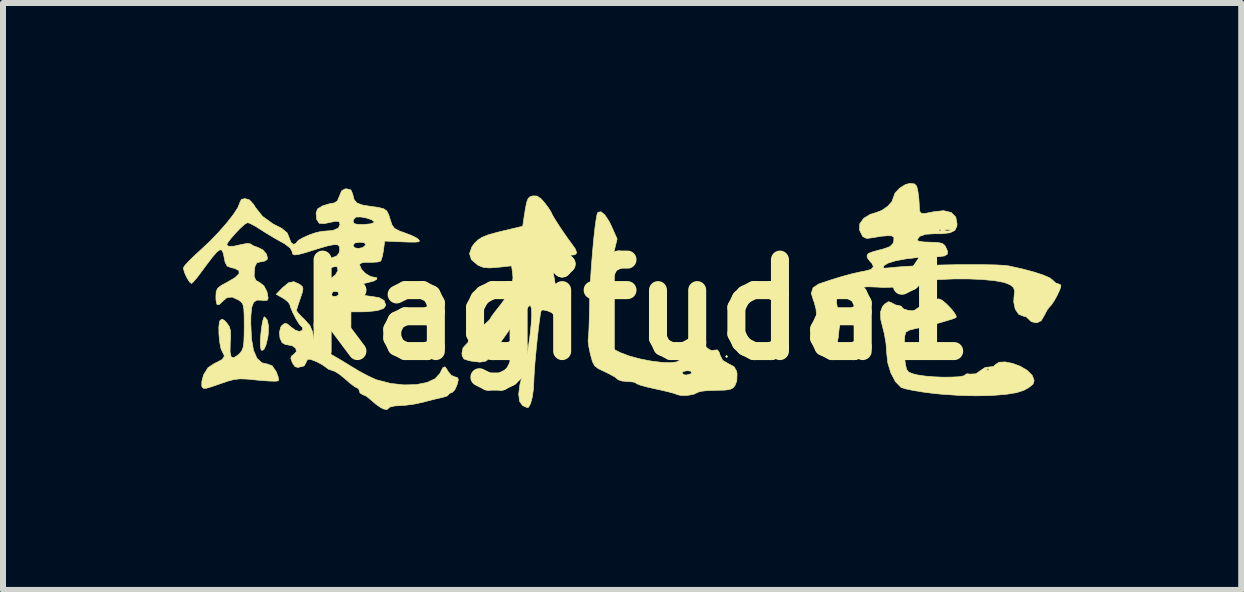
<source format=kicad_pcb>
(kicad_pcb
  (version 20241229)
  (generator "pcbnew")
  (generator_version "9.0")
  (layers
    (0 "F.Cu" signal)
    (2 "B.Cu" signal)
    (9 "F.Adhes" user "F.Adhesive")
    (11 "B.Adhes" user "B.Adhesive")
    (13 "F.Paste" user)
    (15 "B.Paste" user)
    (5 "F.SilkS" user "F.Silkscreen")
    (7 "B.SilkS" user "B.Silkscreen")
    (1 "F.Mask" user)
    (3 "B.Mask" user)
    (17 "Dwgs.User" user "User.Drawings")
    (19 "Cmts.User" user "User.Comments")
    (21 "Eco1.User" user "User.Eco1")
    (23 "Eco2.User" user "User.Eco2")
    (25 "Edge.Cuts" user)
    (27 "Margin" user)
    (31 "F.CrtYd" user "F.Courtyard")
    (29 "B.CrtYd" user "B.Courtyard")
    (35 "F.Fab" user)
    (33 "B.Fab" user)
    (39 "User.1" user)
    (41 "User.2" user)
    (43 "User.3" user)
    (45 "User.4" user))
  (footprint "kagifuda1"
    (layer "F.Cu")
    (at 7.55 2.11)
    (property "Reference" "kagifuda1" (at 0 0 0) (layer "F.SilkS") (effects (font (size 1.524 1.524) (thickness 0.3))))
    (attr through_hole)
    (fp_poly (pts (xy 1.524 0.78) (xy 1.506 0.798) (xy 1.488 0.78) (xy 1.506 0.762) (xy 1.524 0.78)) (stroke (width 0.01) (type solid)) (fill yes) (layer "F.SilkS"))
    (fp_poly (pts (xy -6.148 0.17) (xy -6.126 0.272) (xy -6.131 0.411) (xy -6.14 0.47) (xy -6.17 0.593) (xy -6.205 0.666) (xy -6.239 0.679) (xy -6.251 0.665) (xy -6.262 0.611) (xy -6.262 0.514) (xy -6.253 0.397) (xy -6.239 0.279) (xy -6.221 0.182) (xy -6.202 0.125) (xy -6.192 0.119) (xy -6.148 0.17)) (stroke (width 0.01) (type solid)) (fill yes) (layer "F.SilkS"))
    (fp_poly (pts (xy 5.093 -0.159) (xy 5.164 -0.101) (xy 5.238 -0.026) (xy 5.299 0.049) (xy 5.332 0.108) (xy 5.328 0.131) (xy 5.271 0.154) (xy 5.163 0.187) (xy 5.026 0.226) (xy 4.88 0.264) (xy 4.746 0.295) (xy 4.645 0.316) (xy 4.552 0.34) (xy 4.494 0.373) (xy 4.491 0.377) (xy 4.474 0.441) (xy 4.466 0.554) (xy 4.466 0.694) (xy 4.476 0.836) (xy 4.486 0.914) (xy 4.505 0.995) (xy 4.54 1.041) (xy 4.613 1.069) (xy 4.687 1.087) (xy 4.807 1.105) (xy 4.953 1.118) (xy 5.108 1.124) (xy 5.254 1.123) (xy 5.376 1.117) (xy 5.456 1.103) (xy 5.479 1.088) (xy 5.509 1.067) (xy 5.567 1.073) (xy 5.66 1.068) (xy 5.733 1.016) (xy 5.761 0.998) (xy 5.842 0.998) (xy 5.86 1.016) (xy 5.878 0.998) (xy 5.86 0.98) (xy 5.842 0.998) (xy 5.761 0.998) (xy 5.818 0.96) (xy 5.882 0.955) (xy 5.955 0.945) (xy 5.983 0.916) (xy 6.043 0.876) (xy 6.145 0.87) (xy 6.269 0.894) (xy 6.398 0.942) (xy 6.511 1.008) (xy 6.591 1.086) (xy 6.603 1.105) (xy 6.63 1.181) (xy 6.611 1.241) (xy 6.536 1.3) (xy 6.462 1.341) (xy 6.338 1.382) (xy 6.155 1.411) (xy 5.926 1.429) (xy 5.664 1.435) (xy 5.381 1.428) (xy 5.09 1.408) (xy 4.955 1.395) (xy 4.771 1.371) (xy 4.609 1.344) (xy 4.485 1.318) (xy 4.414 1.295) (xy 4.41 1.292) (xy 4.319 1.198) (xy 4.243 1.054) (xy 4.191 0.884) (xy 4.173 0.718) (xy 4.162 0.563) (xy 4.134 0.4) (xy 4.119 0.341) (xy 4.075 0.165) (xy 4.07 0.038) (xy 4.104 -0.053) (xy 4.137 -0.091) (xy 4.201 -0.134) (xy 4.248 -0.12) (xy 4.254 -0.115) (xy 4.325 -0.078) (xy 4.362 -0.073) (xy 4.416 -0.058) (xy 4.427 -0.041) (xy 4.457 -0.012) (xy 4.527 0.01) (xy 4.6 0.018) (xy 4.644 0.006) (xy 4.693 -0.029) (xy 4.782 -0.078) (xy 4.888 -0.128) (xy 4.983 -0.166) (xy 5.04 -0.182) (xy 5.093 -0.159)) (stroke (width 0.01) (type solid)) (fill yes) (layer "F.SilkS"))
    (fp_poly (pts (xy -0.522 -1.578) (xy -0.45 -1.469) (xy -0.411 -1.388) (xy -0.318 -1.179) (xy -0.433 -0.708) (xy -0.481 -0.502) (xy -0.513 -0.347) (xy -0.529 -0.219) (xy -0.533 -0.1) (xy -0.528 0.031) (xy -0.525 0.073) (xy -0.506 0.286) (xy -0.485 0.439) (xy -0.456 0.546) (xy -0.414 0.618) (xy -0.354 0.67) (xy -0.27 0.713) (xy -0.263 0.716) (xy -0.108 0.774) (xy 0.069 0.821) (xy 0.25 0.856) (xy 0.422 0.877) (xy 0.568 0.883) (xy 0.674 0.87) (xy 0.721 0.842) (xy 0.765 0.805) (xy 0.783 0.804) (xy 0.834 0.794) (xy 0.918 0.759) (xy 0.939 0.748) (xy 1.028 0.709) (xy 1.077 0.713) (xy 1.089 0.726) (xy 1.122 0.749) (xy 1.141 0.73) (xy 1.137 0.694) (xy 1.12 0.689) (xy 1.092 0.68) (xy 1.119 0.644) (xy 1.164 0.619) (xy 1.194 0.648) (xy 1.252 0.68) (xy 1.299 0.674) (xy 1.355 0.67) (xy 1.386 0.718) (xy 1.395 0.754) (xy 1.44 0.843) (xy 1.538 0.901) (xy 1.54 0.901) (xy 1.63 0.95) (xy 1.672 1.025) (xy 1.68 1.062) (xy 1.676 1.184) (xy 1.647 1.261) (xy 1.611 1.304) (xy 1.561 1.328) (xy 1.477 1.34) (xy 1.341 1.343) (xy 1.331 1.343) (xy 1.197 1.347) (xy 1.091 1.358) (xy 1.034 1.373) (xy 1.032 1.374) (xy 0.961 1.408) (xy 0.855 1.428) (xy 0.751 1.43) (xy 0.689 1.416) (xy 0.631 1.394) (xy 0.521 1.365) (xy 0.379 1.332) (xy 0.318 1.319) (xy 0.177 1.287) (xy 0.068 1.257) (xy 0.007 1.233) (xy 0 1.226) (xy -0.032 1.208) (xy -0.112 1.198) (xy -0.143 1.197) (xy -0.24 1.188) (xy -0.304 1.165) (xy -0.311 1.157) (xy -0.356 1.121) (xy -0.446 1.071) (xy -0.485 1.052) (xy 0.762 1.052) (xy 0.792 1.082) (xy 0.832 1.089) (xy 0.902 1.072) (xy 0.925 1.052) (xy 0.912 1.025) (xy 0.855 1.016) (xy 0.786 1.028) (xy 0.762 1.052) (xy -0.485 1.052) (xy -0.524 1.033) (xy -0.63 0.983) (xy -0.692 0.935) (xy -0.729 0.865) (xy -0.761 0.75) (xy -0.764 0.738) (xy -0.789 0.619) (xy -0.801 0.528) (xy -0.8 0.49) (xy -0.794 0.442) (xy -0.788 0.336) (xy -0.783 0.185) (xy -0.779 0.002) (xy -0.777 -0.091) (xy -0.772 -0.281) (xy -0.761 -0.495) (xy -0.747 -0.72) (xy -0.729 -0.945) (xy -0.71 -1.157) (xy -0.69 -1.343) (xy -0.67 -1.491) (xy -0.652 -1.589) (xy -0.639 -1.622) (xy -0.587 -1.632) (xy -0.522 -1.578)) (stroke (width 0.01) (type solid)) (fill yes) (layer "F.SilkS"))
    (fp_poly (pts (xy -5.611 -0.425) (xy -5.604 -0.42) (xy -5.564 -0.386) (xy -5.552 -0.347) (xy -5.565 -0.282) (xy -5.597 -0.188) (xy -5.633 -0.082) (xy -5.656 -0.006) (xy -5.661 0.016) (xy -5.636 0.052) (xy -5.574 0.118) (xy -5.53 0.16) (xy -5.438 0.261) (xy -5.393 0.368) (xy -5.38 0.443) (xy -5.364 0.543) (xy -5.33 0.605) (xy -5.26 0.654) (xy -5.194 0.687) (xy -5.082 0.746) (xy -4.938 0.829) (xy -4.787 0.921) (xy -4.753 0.942) (xy -4.607 1.03) (xy -4.461 1.107) (xy -4.342 1.162) (xy -4.318 1.17) (xy -4.093 1.228) (xy -3.871 1.253) (xy -3.665 1.248) (xy -3.488 1.213) (xy -3.352 1.151) (xy -3.27 1.062) (xy -3.265 1.051) (xy -3.222 0.966) (xy -3.186 0.951) (xy -3.148 1.003) (xy -3.138 1.025) (xy -3.081 1.093) (xy -3.025 1.118) (xy -2.975 1.132) (xy -2.964 1.17) (xy -2.985 1.253) (xy -2.986 1.254) (xy -3.023 1.336) (xy -3.065 1.378) (xy -3.072 1.379) (xy -3.117 1.398) (xy -3.121 1.41) (xy -3.152 1.438) (xy -3.229 1.462) (xy -3.239 1.464) (xy -3.342 1.487) (xy -3.477 1.521) (xy -3.555 1.542) (xy -3.704 1.574) (xy -3.859 1.594) (xy -3.925 1.597) (xy -4.03 1.604) (xy -4.103 1.622) (xy -4.118 1.633) (xy -4.154 1.665) (xy -4.21 1.654) (xy -4.264 1.626) (xy -4.342 1.571) (xy -4.423 1.5) (xy -4.496 1.441) (xy -4.556 1.415) (xy -4.559 1.415) (xy -4.603 1.386) (xy -4.608 1.361) (xy -4.628 1.312) (xy -4.645 1.306) (xy -4.69 1.283) (xy -4.768 1.224) (xy -4.84 1.161) (xy -4.934 1.083) (xy -5.015 1.03) (xy -5.054 1.016) (xy -5.126 0.992) (xy -5.163 0.964) (xy -5.23 0.916) (xy -5.328 0.865) (xy -5.345 0.858) (xy -5.431 0.826) (xy -5.473 0.826) (xy -5.494 0.861) (xy -5.498 0.873) (xy -5.529 0.931) (xy -5.551 0.943) (xy -5.61 0.955) (xy -5.633 0.963) (xy -5.685 0.948) (xy -5.729 0.884) (xy -5.755 0.809) (xy -5.74 0.769) (xy -5.717 0.754) (xy -5.663 0.7) (xy -5.671 0.644) (xy -5.731 0.6) (xy -5.834 0.581) (xy -5.843 0.581) (xy -5.899 0.55) (xy -5.935 0.474) (xy -5.944 0.38) (xy -5.924 0.293) (xy -5.902 0.262) (xy -5.856 0.227) (xy -5.813 0.237) (xy -5.759 0.283) (xy -5.681 0.34) (xy -5.613 0.363) (xy -5.559 0.341) (xy -5.56 0.296) (xy -5.584 0.274) (xy -5.623 0.228) (xy -5.674 0.142) (xy -5.725 0.042) (xy -5.761 -0.045) (xy -5.77 -0.083) (xy -5.799 -0.128) (xy -5.869 -0.183) (xy -5.884 -0.192) (xy -5.998 -0.257) (xy -5.895 -0.364) (xy -5.794 -0.448) (xy -5.705 -0.467) (xy -5.611 -0.425)) (stroke (width 0.01) (type solid)) (fill yes) (layer "F.SilkS"))
    (fp_poly (pts (xy -1.652 -1.894) (xy -1.586 -1.849) (xy -1.523 -1.777) (xy -1.46 -1.693) (xy -1.421 -1.632) (xy -1.415 -1.618) (xy -1.396 -1.577) (xy -1.346 -1.494) (xy -1.277 -1.386) (xy -1.199 -1.271) (xy -1.125 -1.165) (xy -1.09 -1.119) (xy -1.015 -1.013) (xy -0.991 -0.948) (xy -1.02 -0.916) (xy -1.102 -0.907) (xy -1.113 -0.907) (xy -1.245 -0.885) (xy -1.316 -0.834) (xy -1.365 -0.729) (xy -1.377 -0.59) (xy -1.353 -0.446) (xy -1.306 -0.345) (xy -1.243 -0.194) (xy -1.245 -0.025) (xy -1.257 0.027) (xy -1.29 0.083) (xy -1.337 0.11) (xy -1.373 0.1) (xy -1.379 0.077) (xy -1.409 0.048) (xy -1.476 0.02) (xy -1.546 0.004) (xy -1.581 0.009) (xy -1.593 0.051) (xy -1.608 0.151) (xy -1.627 0.294) (xy -1.646 0.463) (xy -1.665 0.646) (xy -1.682 0.826) (xy -1.695 0.989) (xy -1.703 1.12) (xy -1.705 1.183) (xy -1.713 1.328) (xy -1.733 1.462) (xy -1.761 1.567) (xy -1.794 1.625) (xy -1.809 1.632) (xy -1.856 1.615) (xy -1.896 1.594) (xy -1.944 1.525) (xy -1.958 1.405) (xy -1.937 1.244) (xy -1.907 1.13) (xy -1.865 0.975) (xy -1.827 0.795) (xy -1.794 0.604) (xy -1.768 0.414) (xy -1.75 0.239) (xy -1.742 0.091) (xy -1.745 -0.016) (xy -1.761 -0.069) (xy -1.769 -0.072) (xy -1.803 -0.044) (xy -1.852 0.026) (xy -1.859 0.039) (xy -1.909 0.107) (xy -1.95 0.131) (xy -1.955 0.13) (xy -2.001 0.137) (xy -2.05 0.188) (xy -2.081 0.259) (xy -2.082 0.264) (xy -2.108 0.325) (xy -2.162 0.407) (xy -2.172 0.42) (xy -2.24 0.515) (xy -2.321 0.636) (xy -2.36 0.699) (xy -2.433 0.801) (xy -2.507 0.857) (xy -2.604 0.874) (xy -2.743 0.857) (xy -2.789 0.848) (xy -2.87 0.821) (xy -2.9 0.768) (xy -2.903 0.72) (xy -2.885 0.635) (xy -2.848 0.594) (xy -2.801 0.544) (xy -2.794 0.512) (xy -2.767 0.459) (xy -2.696 0.383) (xy -2.613 0.312) (xy -2.518 0.237) (xy -2.453 0.178) (xy -2.431 0.15) (xy -2.41 0.112) (xy -2.353 0.035) (xy -2.274 -0.065) (xy -2.267 -0.073) (xy -2.143 -0.243) (xy -2.074 -0.39) (xy -2.053 -0.532) (xy -2.06 -0.611) (xy -2.077 -0.731) (xy -2.305 -0.706) (xy -2.448 -0.696) (xy -2.546 -0.705) (xy -2.627 -0.737) (xy -2.643 -0.746) (xy -2.746 -0.834) (xy -2.777 -0.935) (xy -2.737 -1.048) (xy -2.696 -1.104) (xy -2.637 -1.162) (xy -2.568 -1.207) (xy -2.471 -1.246) (xy -2.327 -1.286) (xy -2.243 -1.307) (xy -1.891 -1.391) (xy -1.869 -1.539) (xy -1.844 -1.697) (xy -1.822 -1.798) (xy -1.799 -1.855) (xy -1.767 -1.883) (xy -1.721 -1.896) (xy -1.652 -1.894)) (stroke (width 0.01) (type solid)) (fill yes) (layer "F.SilkS"))
    (fp_poly (pts (xy 4.636 -2.096) (xy 4.673 -2.058) (xy 4.694 -1.968) (xy 4.71 -1.841) (xy 4.717 -1.719) (xy 4.717 -1.714) (xy 4.722 -1.643) (xy 4.748 -1.607) (xy 4.809 -1.603) (xy 4.922 -1.625) (xy 4.951 -1.631) (xy 5.121 -1.65) (xy 5.248 -1.62) (xy 5.324 -1.544) (xy 5.346 -1.427) (xy 5.342 -1.39) (xy 5.309 -1.322) (xy 5.229 -1.282) (xy 5.093 -1.265) (xy 4.976 -1.266) (xy 4.823 -1.257) (xy 4.722 -1.222) (xy 4.681 -1.165) (xy 4.681 -1.157) (xy 4.714 -1.14) (xy 4.799 -1.128) (xy 4.897 -1.125) (xy 5.026 -1.12) (xy 5.101 -1.104) (xy 5.143 -1.069) (xy 5.151 -1.055) (xy 5.187 -0.975) (xy 5.184 -0.925) (xy 5.135 -0.896) (xy 5.029 -0.882) (xy 4.899 -0.878) (xy 4.686 -0.869) (xy 4.487 -0.846) (xy 4.318 -0.814) (xy 4.193 -0.775) (xy 4.129 -0.735) (xy 4.111 -0.704) (xy 4.135 -0.692) (xy 4.213 -0.697) (xy 4.265 -0.703) (xy 4.415 -0.716) (xy 4.611 -0.728) (xy 4.84 -0.738) (xy 5.088 -0.745) (xy 5.342 -0.75) (xy 5.587 -0.751) (xy 5.811 -0.75) (xy 6 -0.746) (xy 6.14 -0.738) (xy 6.205 -0.73) (xy 6.427 -0.681) (xy 6.623 -0.629) (xy 6.782 -0.577) (xy 6.891 -0.53) (xy 6.938 -0.493) (xy 6.992 -0.443) (xy 7.023 -0.435) (xy 7.07 -0.414) (xy 7.076 -0.398) (xy 7.058 -0.335) (xy 7.015 -0.241) (xy 6.961 -0.144) (xy 6.911 -0.072) (xy 6.891 -0.052) (xy 6.851 -0.004) (xy 6.806 0.081) (xy 6.799 0.095) (xy 6.748 0.183) (xy 6.682 0.216) (xy 6.657 0.218) (xy 6.58 0.198) (xy 6.545 0.163) (xy 6.495 0.117) (xy 6.456 0.109) (xy 6.373 0.076) (xy 6.315 -0.009) (xy 6.29 -0.128) (xy 6.295 -0.214) (xy 6.305 -0.312) (xy 6.286 -0.37) (xy 6.232 -0.414) (xy 6.132 -0.454) (xy 5.973 -0.483) (xy 5.772 -0.503) (xy 5.541 -0.513) (xy 5.296 -0.513) (xy 5.051 -0.503) (xy 4.82 -0.484) (xy 4.618 -0.455) (xy 4.458 -0.416) (xy 4.456 -0.415) (xy 4.292 -0.376) (xy 4.116 -0.37) (xy 4.032 -0.376) (xy 3.864 -0.382) (xy 3.719 -0.37) (xy 3.666 -0.357) (xy 3.514 -0.308) (xy 3.418 -0.271) (xy 3.366 -0.238) (xy 3.343 -0.198) (xy 3.338 -0.143) (xy 3.338 -0.121) (xy 3.352 -0.028) (xy 3.387 0.021) (xy 3.388 0.021) (xy 3.418 0.05) (xy 3.419 0.115) (xy 3.404 0.193) (xy 3.381 0.318) (xy 3.368 0.434) (xy 3.367 0.454) (xy 3.35 0.557) (xy 3.311 0.631) (xy 3.27 0.653) (xy 3.227 0.635) (xy 3.153 0.59) (xy 3.143 0.584) (xy 3.073 0.519) (xy 3.03 0.428) (xy 3.009 0.295) (xy 3.006 0.113) (xy 2.995 -0.014) (xy 2.964 -0.13) (xy 2.954 -0.151) (xy 2.917 -0.273) (xy 2.947 -0.366) (xy 3.04 -0.428) (xy 3.22 -0.489) (xy 3.413 -0.549) (xy 3.597 -0.599) (xy 3.747 -0.633) (xy 3.797 -0.641) (xy 3.91 -0.67) (xy 3.953 -0.715) (xy 3.926 -0.775) (xy 3.901 -0.798) (xy 3.855 -0.859) (xy 3.846 -0.891) (xy 3.851 -0.918) (xy 3.875 -0.94) (xy 3.932 -0.962) (xy 4.038 -0.992) (xy 4.123 -1.014) (xy 4.227 -1.051) (xy 4.278 -1.103) (xy 4.291 -1.143) (xy 4.294 -1.206) (xy 4.259 -1.23) (xy 4.195 -1.233) (xy 4.08 -1.224) (xy 3.954 -1.202) (xy 3.947 -1.201) (xy 3.84 -1.187) (xy 3.775 -1.218) (xy 3.731 -1.305) (xy 3.724 -1.324) (xy 5.044 -1.324) (xy 5.062 -1.306) (xy 5.073 -1.317) (xy 5.139 -1.317) (xy 5.189 -1.312) (xy 5.24 -1.318) (xy 5.234 -1.33) (xy 5.16 -1.335) (xy 5.144 -1.33) (xy 5.139 -1.317) (xy 5.073 -1.317) (xy 5.08 -1.324) (xy 5.062 -1.343) (xy 5.044 -1.324) (xy 3.724 -1.324) (xy 3.72 -1.337) (xy 3.725 -1.432) (xy 3.789 -1.521) (xy 3.897 -1.588) (xy 3.984 -1.614) (xy 4.091 -1.654) (xy 4.19 -1.723) (xy 4.261 -1.802) (xy 4.282 -1.862) (xy 4.312 -1.943) (xy 4.388 -2.024) (xy 4.484 -2.085) (xy 4.562 -2.105) (xy 4.636 -2.096)) (stroke (width 0.01) (type solid)) (fill yes) (layer "F.SilkS"))
    (fp_poly (pts (xy -4.752 -1.994) (xy -4.723 -1.924) (xy -4.723 -1.923) (xy -4.7 -1.833) (xy -4.65 -1.777) (xy -4.557 -1.743) (xy -4.438 -1.724) (xy -4.295 -1.704) (xy -4.206 -1.681) (xy -4.155 -1.644) (xy -4.123 -1.58) (xy -4.1 -1.505) (xy -4.068 -1.41) (xy -4.025 -1.353) (xy -3.949 -1.313) (xy -3.869 -1.285) (xy -3.753 -1.241) (xy -3.66 -1.195) (xy -3.629 -1.172) (xy -3.61 -1.146) (xy -3.625 -1.131) (xy -3.686 -1.126) (xy -3.803 -1.127) (xy -3.882 -1.13) (xy -4.191 -1.143) (xy -4.211 -0.989) (xy -4.23 -0.888) (xy -4.252 -0.82) (xy -4.259 -0.809) (xy -4.308 -0.795) (xy -4.402 -0.789) (xy -4.447 -0.79) (xy -4.553 -0.787) (xy -4.602 -0.766) (xy -4.608 -0.744) (xy -4.579 -0.675) (xy -4.51 -0.603) (xy -4.427 -0.554) (xy -4.384 -0.544) (xy -4.323 -0.534) (xy -4.322 -0.508) (xy -4.372 -0.478) (xy -4.463 -0.454) (xy -4.465 -0.453) (xy -4.559 -0.432) (xy -4.598 -0.401) (xy -4.603 -0.344) (xy -4.601 -0.332) (xy -4.586 -0.272) (xy -4.545 -0.241) (xy -4.458 -0.227) (xy -4.428 -0.224) (xy -4.283 -0.201) (xy -4.2 -0.153) (xy -4.173 -0.076) (xy -4.173 -0.073) (xy -4.208 -0.022) (xy -4.31 0.014) (xy -4.477 0.033) (xy -4.599 0.036) (xy -4.753 0.036) (xy -4.753 0.254) (xy -4.756 0.376) (xy -4.768 0.442) (xy -4.795 0.468) (xy -4.822 0.472) (xy -4.886 0.439) (xy -4.931 0.353) (xy -4.952 0.233) (xy -4.945 0.122) (xy -4.934 0.035) (xy -4.949 0.003) (xy -5.003 0.006) (xy -5.029 0.012) (xy -5.14 0.038) (xy -5.221 0.059) (xy -5.281 0.07) (xy -5.295 0.043) (xy -5.282 -0.022) (xy -5.26 -0.127) (xy -5.241 -0.248) (xy -5.08 -0.248) (xy -5.053 -0.221) (xy -4.998 -0.223) (xy -4.955 -0.25) (xy -4.964 -0.289) (xy -4.986 -0.302) (xy -5.052 -0.302) (xy -5.08 -0.249) (xy -5.08 -0.248) (xy -5.241 -0.248) (xy -5.24 -0.256) (xy -5.236 -0.285) (xy -5.213 -0.396) (xy -5.164 -0.467) (xy -5.094 -0.515) (xy -5.01 -0.582) (xy -4.972 -0.649) (xy -4.971 -0.657) (xy -4.976 -0.704) (xy -5 -0.721) (xy -5.059 -0.709) (xy -5.169 -0.67) (xy -5.179 -0.666) (xy -5.277 -0.635) (xy -5.345 -0.626) (xy -5.359 -0.63) (xy -5.358 -0.672) (xy -5.309 -0.731) (xy -5.23 -0.793) (xy -5.138 -0.843) (xy -5.085 -0.86) (xy -4.993 -0.893) (xy -4.951 -0.944) (xy -4.942 -0.99) (xy -4.943 -1.048) (xy -4.959 -1.068) (xy -4.717 -1.068) (xy -4.689 -1.031) (xy -4.625 -1.021) (xy -4.555 -1.036) (xy -4.51 -1.075) (xy -4.508 -1.079) (xy -4.527 -1.114) (xy -4.605 -1.125) (xy -4.691 -1.111) (xy -4.717 -1.068) (xy -4.959 -1.068) (xy -4.969 -1.08) (xy -5.032 -1.085) (xy -5.139 -1.064) (xy -5.302 -1.017) (xy -5.36 -0.998) (xy -5.525 -0.947) (xy -5.632 -0.919) (xy -5.695 -0.913) (xy -5.725 -0.929) (xy -5.733 -0.964) (xy -5.733 -0.971) (xy -5.766 -1.028) (xy -5.855 -1.097) (xy -5.905 -1.125) (xy -6.04 -1.201) (xy -6.188 -1.291) (xy -6.254 -1.333) (xy -6.357 -1.398) (xy -6.44 -1.44) (xy -6.475 -1.451) (xy -6.52 -1.426) (xy -6.592 -1.362) (xy -6.675 -1.276) (xy -6.752 -1.188) (xy -6.806 -1.116) (xy -6.822 -1.082) (xy -6.79 -1.056) (xy -6.703 -1.058) (xy -6.57 -1.088) (xy -6.569 -1.088) (xy -6.482 -1.104) (xy -6.428 -1.097) (xy -6.424 -1.094) (xy -6.377 -1.064) (xy -6.306 -1.039) (xy -6.221 -0.997) (xy -6.161 -0.928) (xy -6.143 -0.858) (xy -6.151 -0.834) (xy -6.201 -0.806) (xy -6.257 -0.798) (xy -6.32 -0.783) (xy -6.351 -0.723) (xy -6.359 -0.68) (xy -6.366 -0.56) (xy -6.338 -0.489) (xy -6.272 -0.452) (xy -6.203 -0.398) (xy -6.152 -0.3) (xy -6.132 -0.193) (xy -6.15 -0.155) (xy -6.212 -0.153) (xy -6.24 -0.158) (xy -6.32 -0.16) (xy -6.374 -0.124) (xy -6.406 -0.041) (xy -6.42 0.1) (xy -6.422 0.224) (xy -6.41 0.484) (xy -6.376 0.678) (xy -6.318 0.811) (xy -6.235 0.885) (xy -6.141 0.906) (xy -6.065 0.936) (xy -6.001 1.028) (xy -5.998 1.034) (xy -5.965 1.12) (xy -5.958 1.177) (xy -5.962 1.184) (xy -6.006 1.191) (xy -6.105 1.189) (xy -6.241 1.18) (xy -6.322 1.172) (xy -6.485 1.156) (xy -6.602 1.152) (xy -6.7 1.163) (xy -6.805 1.19) (xy -6.938 1.236) (xy -7.077 1.284) (xy -7.162 1.309) (xy -7.208 1.31) (xy -7.231 1.292) (xy -7.238 1.273) (xy -7.238 1.2) (xy -7.212 1.099) (xy -7.203 1.076) (xy -7.134 0.966) (xy -7.025 0.894) (xy -7.002 0.884) (xy -6.896 0.828) (xy -6.86 0.77) (xy -6.892 0.707) (xy -6.894 0.704) (xy -6.92 0.644) (xy -6.94 0.537) (xy -6.952 0.411) (xy -6.954 0.291) (xy -6.944 0.204) (xy -6.935 0.183) (xy -6.902 0.156) (xy -6.86 0.179) (xy -6.823 0.22) (xy -6.781 0.278) (xy -6.761 0.346) (xy -6.758 0.446) (xy -6.764 0.553) (xy -6.767 0.702) (xy -6.75 0.784) (xy -6.708 0.802) (xy -6.64 0.76) (xy -6.604 0.726) (xy -6.571 0.684) (xy -6.549 0.628) (xy -6.537 0.542) (xy -6.532 0.41) (xy -6.531 0.276) (xy -6.532 0.107) (xy -6.537 -0.006) (xy -6.549 -0.076) (xy -6.571 -0.119) (xy -6.607 -0.149) (xy -6.621 -0.159) (xy -6.732 -0.211) (xy -6.82 -0.2) (xy -6.885 -0.145) (xy -6.948 -0.085) (xy -6.985 -0.087) (xy -7.001 -0.157) (xy -7.003 -0.217) (xy -6.998 -0.303) (xy -6.973 -0.358) (xy -6.912 -0.406) (xy -6.824 -0.452) (xy -6.686 -0.533) (xy -6.617 -0.6) (xy -6.619 -0.652) (xy -6.692 -0.689) (xy -6.75 -0.701) (xy -6.815 -0.727) (xy -6.85 -0.792) (xy -6.861 -0.848) (xy -6.879 -0.938) (xy -6.901 -0.99) (xy -6.935 -0.999) (xy -6.986 -0.962) (xy -7.062 -0.875) (xy -7.169 -0.734) (xy -7.247 -0.628) (xy -7.321 -0.53) (xy -7.381 -0.461) (xy -7.41 -0.437) (xy -7.444 -0.465) (xy -7.487 -0.535) (xy -7.525 -0.617) (xy -7.544 -0.686) (xy -7.545 -0.697) (xy -7.518 -0.739) (xy -7.447 -0.816) (xy -7.344 -0.916) (xy -7.254 -0.998) (xy -7.102 -1.14) (xy -6.956 -1.292) (xy -6.823 -1.444) (xy -6.714 -1.583) (xy -6.638 -1.699) (xy -6.605 -1.778) (xy -6.604 -1.787) (xy -6.576 -1.839) (xy -6.516 -1.851) (xy -6.443 -1.829) (xy -6.376 -1.756) (xy -6.345 -1.705) (xy -6.228 -1.557) (xy -6.049 -1.428) (xy -5.905 -1.355) (xy -5.813 -1.277) (xy -5.782 -1.199) (xy -5.753 -1.122) (xy -5.712 -1.089) (xy -5.71 -1.089) (xy -5.665 -1.106) (xy -5.661 -1.118) (xy -5.629 -1.155) (xy -5.549 -1.201) (xy -5.442 -1.248) (xy -5.331 -1.286) (xy -5.235 -1.306) (xy -5.215 -1.307) (xy -5.055 -1.32) (xy -4.962 -1.36) (xy -4.935 -1.42) (xy -4.95 -1.469) (xy -4.964 -1.47) (xy -4.717 -1.47) (xy -4.701 -1.436) (xy -4.643 -1.421) (xy -4.535 -1.42) (xy -4.425 -1.431) (xy -4.369 -1.452) (xy -4.365 -1.465) (xy -4.407 -1.498) (xy -4.491 -1.527) (xy -4.586 -1.545) (xy -4.663 -1.544) (xy -4.672 -1.542) (xy -4.712 -1.497) (xy -4.717 -1.47) (xy -4.964 -1.47) (xy -5.008 -1.474) (xy -5.026 -1.47) (xy -5.136 -1.447) (xy -5.203 -1.434) (xy -5.281 -1.44) (xy -5.323 -1.503) (xy -5.334 -1.61) (xy -5.309 -1.679) (xy -5.227 -1.729) (xy -5.213 -1.734) (xy -5.114 -1.764) (xy -5.037 -1.778) (xy -5.033 -1.778) (xy -4.979 -1.812) (xy -4.943 -1.896) (xy -4.908 -1.981) (xy -4.852 -2.012) (xy -4.824 -2.014) (xy -4.752 -1.994)) (stroke (width 0.01) (type solid)) (fill yes) (layer "F.SilkS")))
  (gr_rect
    (start -3 -3)
    (end 17.63 6.779)
    (stroke (width 0.1) (type default))
    (fill no)
    (layer "Edge.Cuts")))
</source>
